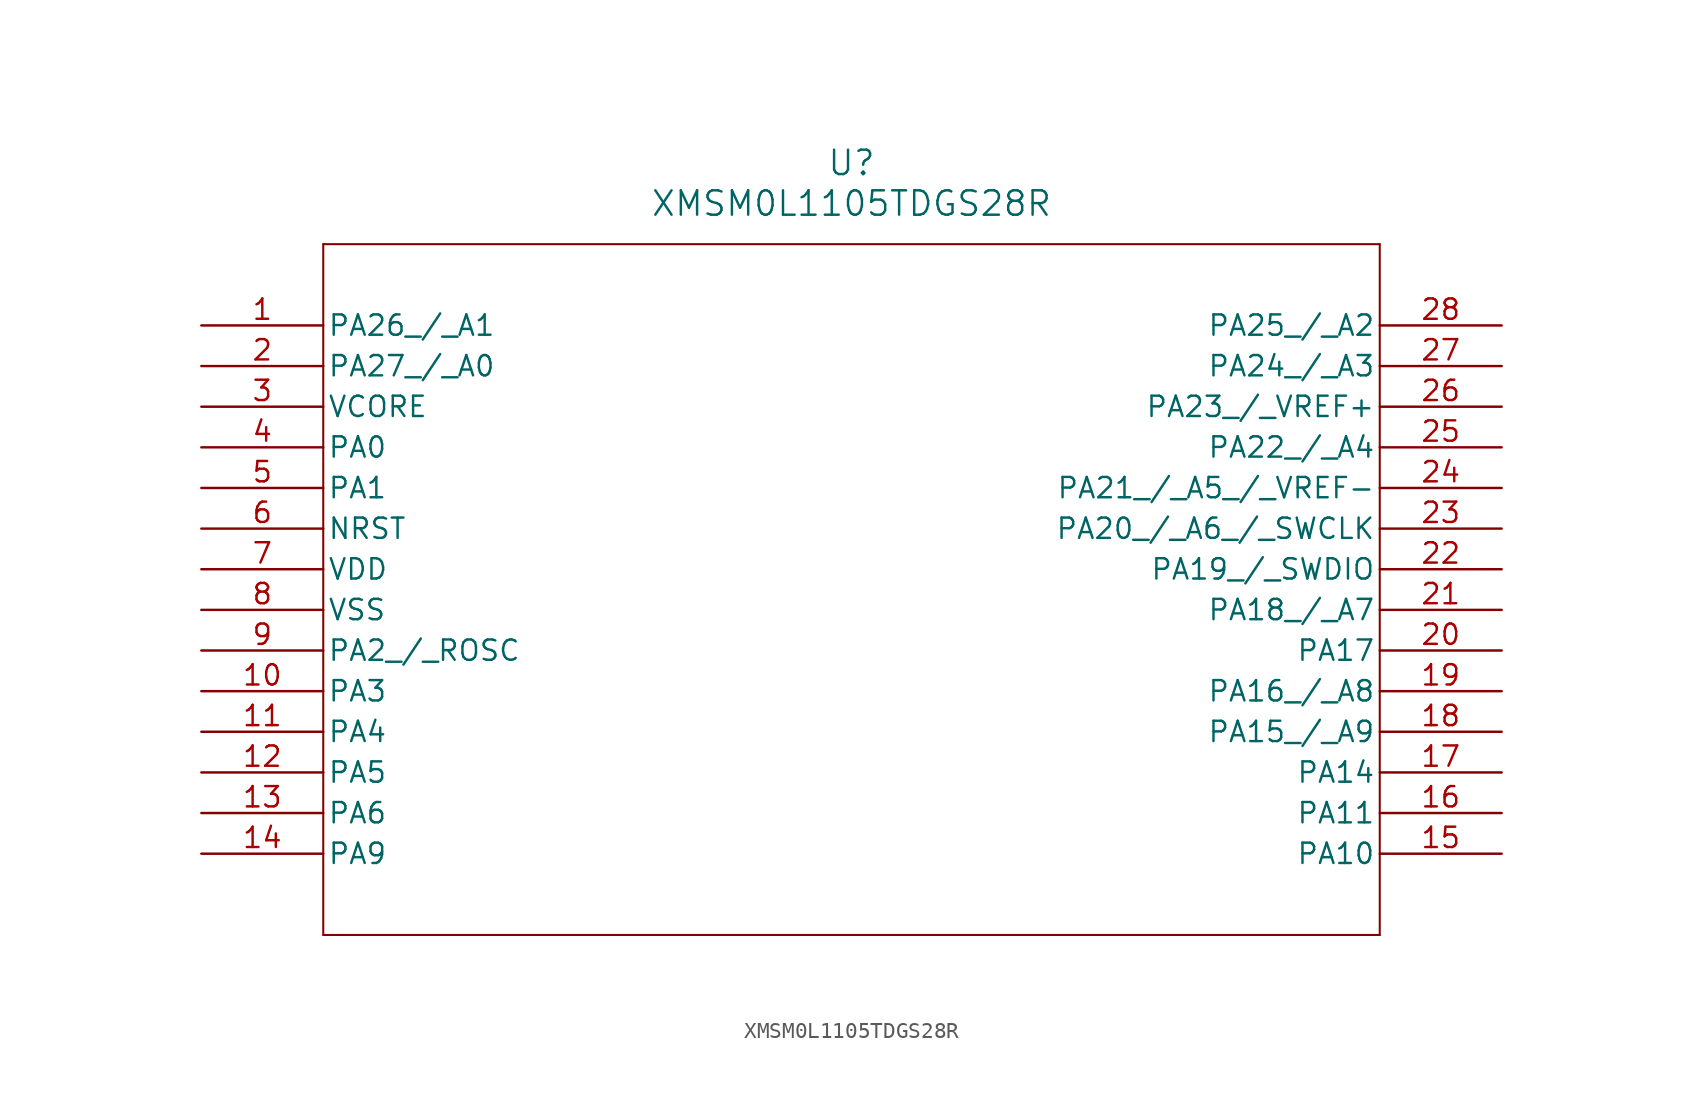
<source format=kicad_sym>
(kicad_symbol_lib
  (version 20211014)
  (generator kicad_symbol_editor)
  (symbol "XMSM0L1105TDGS28R"
    (pin_names
      (offset 0.254))
    (property "Reference" "U"
      (at 40.64 10.16 0)
      (effects (font (size 1.524 1.524))))
    (property "Value" "XMSM0L1105TDGS28R"
      (at 40.64 7.62 0)
      (effects (font (size 1.524 1.524))))
    (symbol "XMSM0L1105TDGS28R_0_1"
      (polyline (pts (xy 7.62 5.08) (xy 7.62 -38.1)) (stroke (width 0.127) (type default) (color 0 0 0 0)) (fill (type none)))
      (polyline (pts (xy 7.62 -38.1) (xy 73.66 -38.1)) (stroke (width 0.127) (type default) (color 0 0 0 0)) (fill (type none)))
      (polyline (pts (xy 73.66 -38.1) (xy 73.66 5.08)) (stroke (width 0.127) (type default) (color 0 0 0 0)) (fill (type none)))
      (polyline (pts (xy 73.66 5.08) (xy 7.62 5.08)) (stroke (width 0.127) (type default) (color 0 0 0 0)) (fill (type none)))
      (pin bidirectional line (at 0 0 0) (length 7.62) (name "PA26 / A1" (effects (font (size 1.27 1.27)))) (number "1" (effects (font (size 1.27 1.27)))))
      (pin bidirectional line (at 0 -2.54 0) (length 7.62) (name "PA27 / A0" (effects (font (size 1.27 1.27)))) (number "2" (effects (font (size 1.27 1.27)))))
      (pin power_in line (at 0 -5.08 0) (length 7.62) (name "VCORE" (effects (font (size 1.27 1.27)))) (number "3" (effects (font (size 1.27 1.27)))))
      (pin bidirectional line (at 0 -7.62 0) (length 7.62) (name "PA0" (effects (font (size 1.27 1.27)))) (number "4" (effects (font (size 1.27 1.27)))))
      (pin bidirectional line (at 0 -10.16 0) (length 7.62) (name "PA1" (effects (font (size 1.27 1.27)))) (number "5" (effects (font (size 1.27 1.27)))))
      (pin unspecified line (at 0 -12.7 0) (length 7.62) (name "NRST" (effects (font (size 1.27 1.27)))) (number "6" (effects (font (size 1.27 1.27)))))
      (pin power_in line (at 0 -15.24 0) (length 7.62) (name "VDD" (effects (font (size 1.27 1.27)))) (number "7" (effects (font (size 1.27 1.27)))))
      (pin power_out line (at 0 -17.78 0) (length 7.62) (name "VSS" (effects (font (size 1.27 1.27)))) (number "8" (effects (font (size 1.27 1.27)))))
      (pin bidirectional line (at 0 -20.32 0) (length 7.62) (name "PA2 / ROSC" (effects (font (size 1.27 1.27)))) (number "9" (effects (font (size 1.27 1.27)))))
      (pin bidirectional line (at 0 -22.86 0) (length 7.62) (name "PA3" (effects (font (size 1.27 1.27)))) (number "10" (effects (font (size 1.27 1.27)))))
      (pin bidirectional line (at 0 -25.4 0) (length 7.62) (name "PA4" (effects (font (size 1.27 1.27)))) (number "11" (effects (font (size 1.27 1.27)))))
      (pin bidirectional line (at 0 -27.94 0) (length 7.62) (name "PA5" (effects (font (size 1.27 1.27)))) (number "12" (effects (font (size 1.27 1.27)))))
      (pin bidirectional line (at 0 -30.48 0) (length 7.62) (name "PA6" (effects (font (size 1.27 1.27)))) (number "13" (effects (font (size 1.27 1.27)))))
      (pin bidirectional line (at 0 -33.02 0) (length 7.62) (name "PA9" (effects (font (size 1.27 1.27)))) (number "14" (effects (font (size 1.27 1.27)))))
      (pin bidirectional line (at 81.28 -33.02 180) (length 7.62) (name "PA10" (effects (font (size 1.27 1.27)))) (number "15" (effects (font (size 1.27 1.27)))))
      (pin bidirectional line (at 81.28 -30.48 180) (length 7.62) (name "PA11" (effects (font (size 1.27 1.27)))) (number "16" (effects (font (size 1.27 1.27)))))
      (pin bidirectional line (at 81.28 -27.94 180) (length 7.62) (name "PA14" (effects (font (size 1.27 1.27)))) (number "17" (effects (font (size 1.27 1.27)))))
      (pin bidirectional line (at 81.28 -25.4 180) (length 7.62) (name "PA15 / A9" (effects (font (size 1.27 1.27)))) (number "18" (effects (font (size 1.27 1.27)))))
      (pin bidirectional line (at 81.28 -22.86 180) (length 7.62) (name "PA16 / A8" (effects (font (size 1.27 1.27)))) (number "19" (effects (font (size 1.27 1.27)))))
      (pin bidirectional line (at 81.28 -20.32 180) (length 7.62) (name "PA17" (effects (font (size 1.27 1.27)))) (number "20" (effects (font (size 1.27 1.27)))))
      (pin bidirectional line (at 81.28 -17.78 180) (length 7.62) (name "PA18 / A7" (effects (font (size 1.27 1.27)))) (number "21" (effects (font (size 1.27 1.27)))))
      (pin bidirectional line (at 81.28 -15.24 180) (length 7.62) (name "PA19 / SWDIO" (effects (font (size 1.27 1.27)))) (number "22" (effects (font (size 1.27 1.27)))))
      (pin bidirectional line (at 81.28 -12.7 180) (length 7.62) (name "PA20 / A6 / SWCLK" (effects (font (size 1.27 1.27)))) (number "23" (effects (font (size 1.27 1.27)))))
      (pin bidirectional line (at 81.28 -10.16 180) (length 7.62) (name "PA21 / A5 / VREF-" (effects (font (size 1.27 1.27)))) (number "24" (effects (font (size 1.27 1.27)))))
      (pin bidirectional line (at 81.28 -7.62 180) (length 7.62) (name "PA22 / A4" (effects (font (size 1.27 1.27)))) (number "25" (effects (font (size 1.27 1.27)))))
      (pin bidirectional line (at 81.28 -5.08 180) (length 7.62) (name "PA23 / VREF+" (effects (font (size 1.27 1.27)))) (number "26" (effects (font (size 1.27 1.27)))))
      (pin bidirectional line (at 81.28 -2.54 180) (length 7.62) (name "PA24 / A3" (effects (font (size 1.27 1.27)))) (number "27" (effects (font (size 1.27 1.27)))))
      (pin bidirectional line (at 81.28 0 180) (length 7.62) (name "PA25 / A2" (effects (font (size 1.27 1.27)))) (number "28" (effects (font (size 1.27 1.27))))))))
</source>
